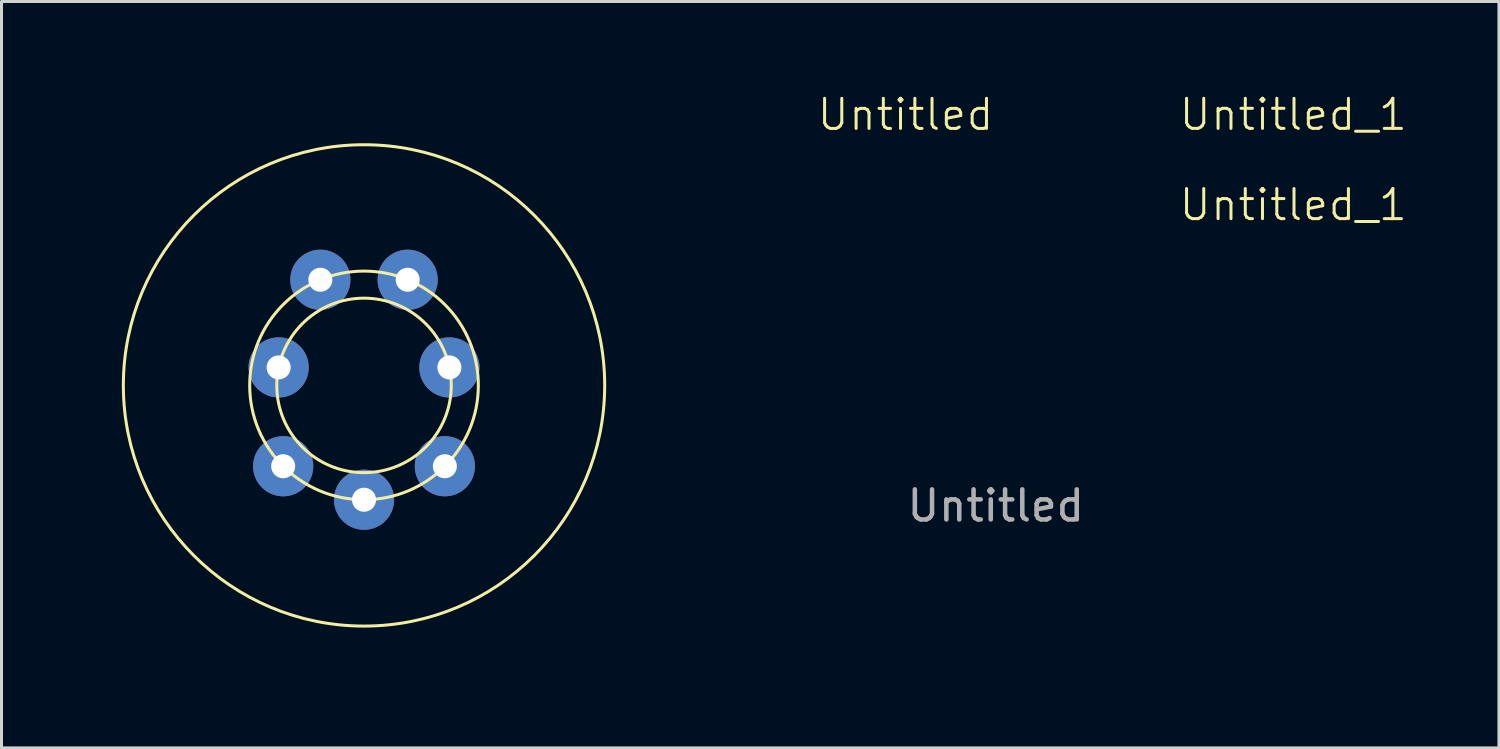
<source format=kicad_pcb>
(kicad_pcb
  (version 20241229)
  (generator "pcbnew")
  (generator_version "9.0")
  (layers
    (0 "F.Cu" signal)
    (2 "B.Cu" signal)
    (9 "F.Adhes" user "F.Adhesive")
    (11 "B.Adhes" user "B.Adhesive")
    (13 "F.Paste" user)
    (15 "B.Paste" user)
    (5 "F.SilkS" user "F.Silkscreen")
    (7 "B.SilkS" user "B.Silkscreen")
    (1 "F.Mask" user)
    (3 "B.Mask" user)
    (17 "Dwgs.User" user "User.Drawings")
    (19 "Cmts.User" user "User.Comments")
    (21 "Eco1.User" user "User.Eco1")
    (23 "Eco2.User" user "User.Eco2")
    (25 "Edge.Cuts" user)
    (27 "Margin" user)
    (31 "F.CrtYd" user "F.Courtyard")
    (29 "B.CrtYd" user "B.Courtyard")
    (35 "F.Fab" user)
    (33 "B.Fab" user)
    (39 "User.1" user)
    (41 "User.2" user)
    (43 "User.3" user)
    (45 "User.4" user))
  (footprint "Untitled_1"
    (layer "F.Cu")
    (at 39.939 1.26)
    (property "Reference" "Untitled_1" (at 0 -0.5 0) (unlocked yes) (layer "F.SilkS") (effects (font (size 1 1) (thickness 0.1))))
    (attr smd)
    (fp_text user "${REFERENCE}" (at 0 2.5 0) (unlocked yes) (layer "F.SilkS") (effects (font (size 1 1) (thickness 0.1)))))
  (footprint "Untitled"
    (layer "F.Cu")
    (at 9.05 9.761)
    (property "Reference" "Untitled" (at 18 -9 0) (unlocked yes) (layer "F.SilkS") (effects (font (size 1 1) (thickness 0.1))))
    (attr smd)
    (fp_circle (center 0 0) (end 9 0) (stroke (width 0.1) (type default)) (fill no) (layer "F.Mask"))
    (fp_circle (center 0 0) (end 2.9 0) (stroke (width 0.1) (type default)) (fill no) (layer "F.SilkS"))
    (fp_circle (center 0 0) (end 3.8 0) (stroke (width 0.1) (type default)) (fill no) (layer "F.SilkS"))
    (fp_circle (center 0 0) (end 8 0) (stroke (width 0.1) (type default)) (fill no) (layer "F.SilkS"))
    (fp_text user "${REFERENCE}" (at 21 4 0) (unlocked yes) (layer "F.Fab") (effects (font (size 1 1) (thickness 0.15))))
    (pad "1" thru_hole circle (at -1.451 -3.512) (size 2 2) (drill 0.8) (layers "*.Cu" "*.Mask"))
    (pad "2" thru_hole circle (at 1.451 -3.512) (size 2 2) (drill 0.8) (layers "*.Cu" "*.Mask"))
    (pad "3" thru_hole circle (at -2.838 -0.598) (size 2 2) (drill 0.8) (layers "*.Cu" "*.Mask"))
    (pad "4" thru_hole circle (at 2.838 -0.598) (size 2 2) (drill 0.8) (layers "*.Cu" "*.Mask"))
    (pad "5" thru_hole circle (at 2.687 2.687) (size 2 2) (drill 0.8) (layers "*.Cu" "*.Mask"))
    (pad "6" thru_hole circle (at 0 3.8) (size 2 2) (drill 0.8) (layers "*.Cu" "*.Mask"))
    (pad "7" thru_hole circle (at -2.687 2.687) (size 2 2) (drill 0.8) (layers "*.Cu" "*.Mask")))
  (gr_rect
    (start -3 -3)
    (end 46.775 21.811)
    (stroke (width 0.1) (type default))
    (fill no)
    (layer "Edge.Cuts")))
</source>
